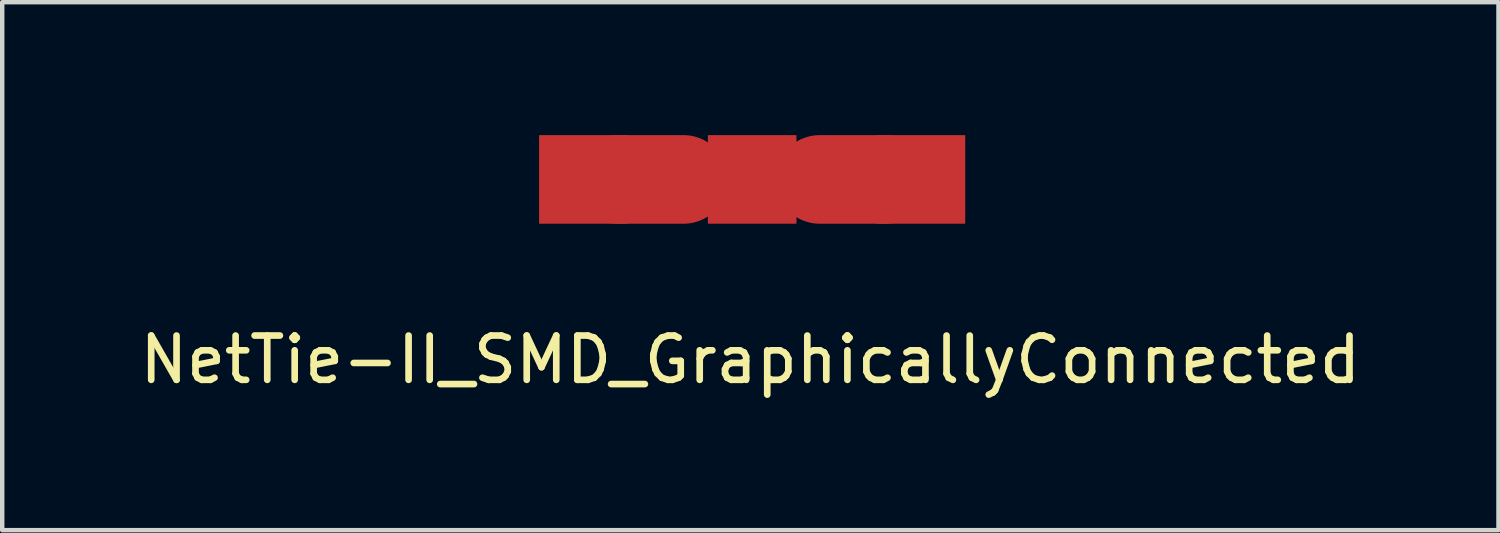
<source format=kicad_pcb>
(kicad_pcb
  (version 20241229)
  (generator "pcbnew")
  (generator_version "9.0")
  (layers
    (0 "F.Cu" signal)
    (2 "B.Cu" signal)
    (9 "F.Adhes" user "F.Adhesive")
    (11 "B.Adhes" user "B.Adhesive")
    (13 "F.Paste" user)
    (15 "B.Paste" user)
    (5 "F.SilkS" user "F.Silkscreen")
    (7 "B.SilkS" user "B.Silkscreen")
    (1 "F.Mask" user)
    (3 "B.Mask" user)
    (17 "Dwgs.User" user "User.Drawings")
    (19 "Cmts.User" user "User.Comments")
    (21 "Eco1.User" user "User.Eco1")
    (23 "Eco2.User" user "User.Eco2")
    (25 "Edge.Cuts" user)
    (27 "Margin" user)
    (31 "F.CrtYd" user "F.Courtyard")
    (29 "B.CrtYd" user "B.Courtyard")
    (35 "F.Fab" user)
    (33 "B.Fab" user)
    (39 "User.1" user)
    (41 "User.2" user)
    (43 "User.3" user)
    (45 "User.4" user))
  (footprint "NetTie-II_SMD_GraphicallyConnected"
    (layer "F.Cu")
    (at 13.928 1)
    (property "Reference" "NetTie-II_SMD_GraphicallyConnected" (at -0.041 4.069 0) (layer "F.SilkS") (effects (font (size 1 1) (thickness 0.15))))
    (attr through_hole)
    (fp_line (start -3.048 0) (end -1.548 0) (stroke (width 2) (type solid)) (layer "F.Cu"))
    (fp_line (start 3.024 0) (end 1.524 0) (stroke (width 2) (type solid)) (layer "F.Cu"))
    (pad "1" smd rect (at -3.81 0) (size 1.999 1.999) (layers "F.Cu" "F.Mask" "F.Paste"))
    (pad "2" smd rect (at 0 0) (size 1.999 1.999) (layers "F.Cu" "F.Mask" "F.Paste"))
    (pad "3" smd rect (at 3.81 0) (size 1.999 1.999) (layers "F.Cu" "F.Mask" "F.Paste")))
  (gr_rect
    (start -3 -3)
    (end 30.774 8.917)
    (stroke (width 0.1) (type default))
    (fill no)
    (layer "Edge.Cuts")))
</source>
